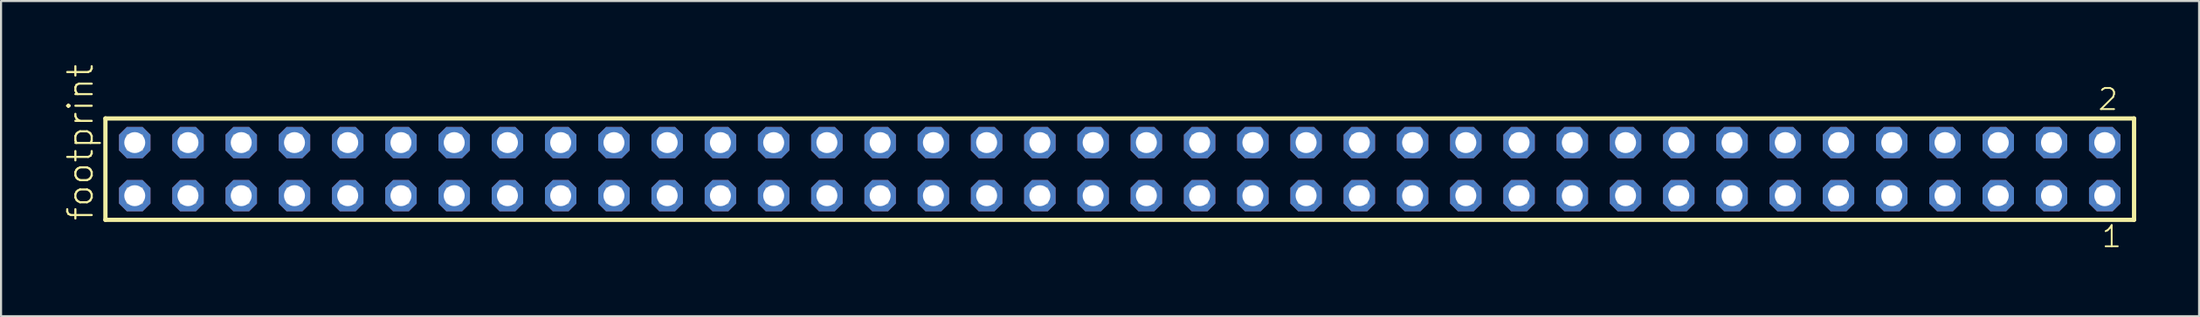
<source format=kicad_pcb>
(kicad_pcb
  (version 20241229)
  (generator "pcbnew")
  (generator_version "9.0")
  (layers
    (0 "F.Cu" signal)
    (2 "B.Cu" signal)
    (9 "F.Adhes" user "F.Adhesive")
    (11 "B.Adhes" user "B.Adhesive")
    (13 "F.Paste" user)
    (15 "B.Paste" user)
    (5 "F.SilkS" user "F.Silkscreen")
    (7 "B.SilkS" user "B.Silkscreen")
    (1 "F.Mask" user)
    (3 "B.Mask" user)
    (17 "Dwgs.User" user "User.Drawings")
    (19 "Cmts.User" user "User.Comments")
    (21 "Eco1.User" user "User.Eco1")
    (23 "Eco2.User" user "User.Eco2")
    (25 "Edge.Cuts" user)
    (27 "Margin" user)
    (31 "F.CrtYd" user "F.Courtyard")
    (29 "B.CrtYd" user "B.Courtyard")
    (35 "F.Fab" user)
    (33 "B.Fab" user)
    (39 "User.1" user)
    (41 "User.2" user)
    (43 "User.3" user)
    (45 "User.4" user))
  (footprint "footprint"
    (layer "F.Cu")
    (at 50.368 5.042)
    (property "Reference" "footprint" (at -48.895 2.54 90) (layer "F.SilkS") (effects (font (size 1.168 1.168) (thickness 0.102)) (justify left bottom)))
    (fp_line (start -48.389 -2.425) (end 48.389 -2.425) (stroke (width 0.203) (type solid)) (layer "F.SilkS"))
    (fp_line (start -48.389 2.425) (end -48.389 -2.425) (stroke (width 0.203) (type solid)) (layer "F.SilkS"))
    (fp_line (start 48.389 -2.425) (end 48.389 2.425) (stroke (width 0.203) (type solid)) (layer "F.SilkS"))
    (fp_line (start 48.389 2.425) (end -48.389 2.425) (stroke (width 0.203) (type solid)) (layer "F.SilkS"))
    (fp_poly (pts (xy -47.34 -0.92) (xy -46.64 -0.92) (xy -46.64 -1.62) (xy -47.34 -1.62)) (stroke (width 0.1) (type solid)) (fill no) (layer "F.Fab"))
    (fp_poly (pts (xy -47.34 1.62) (xy -46.64 1.62) (xy -46.64 0.92) (xy -47.34 0.92)) (stroke (width 0.1) (type solid)) (fill no) (layer "F.Fab"))
    (fp_poly (pts (xy -44.8 -0.92) (xy -44.1 -0.92) (xy -44.1 -1.62) (xy -44.8 -1.62)) (stroke (width 0.1) (type solid)) (fill no) (layer "F.Fab"))
    (fp_poly (pts (xy -44.8 1.62) (xy -44.1 1.62) (xy -44.1 0.92) (xy -44.8 0.92)) (stroke (width 0.1) (type solid)) (fill no) (layer "F.Fab"))
    (fp_poly (pts (xy -42.26 -0.92) (xy -41.56 -0.92) (xy -41.56 -1.62) (xy -42.26 -1.62)) (stroke (width 0.1) (type solid)) (fill no) (layer "F.Fab"))
    (fp_poly (pts (xy -42.26 1.62) (xy -41.56 1.62) (xy -41.56 0.92) (xy -42.26 0.92)) (stroke (width 0.1) (type solid)) (fill no) (layer "F.Fab"))
    (fp_poly (pts (xy -39.72 -0.92) (xy -39.02 -0.92) (xy -39.02 -1.62) (xy -39.72 -1.62)) (stroke (width 0.1) (type solid)) (fill no) (layer "F.Fab"))
    (fp_poly (pts (xy -39.72 1.62) (xy -39.02 1.62) (xy -39.02 0.92) (xy -39.72 0.92)) (stroke (width 0.1) (type solid)) (fill no) (layer "F.Fab"))
    (fp_poly (pts (xy -37.18 -0.92) (xy -36.48 -0.92) (xy -36.48 -1.62) (xy -37.18 -1.62)) (stroke (width 0.1) (type solid)) (fill no) (layer "F.Fab"))
    (fp_poly (pts (xy -37.18 1.62) (xy -36.48 1.62) (xy -36.48 0.92) (xy -37.18 0.92)) (stroke (width 0.1) (type solid)) (fill no) (layer "F.Fab"))
    (fp_poly (pts (xy -34.64 -0.92) (xy -33.94 -0.92) (xy -33.94 -1.62) (xy -34.64 -1.62)) (stroke (width 0.1) (type solid)) (fill no) (layer "F.Fab"))
    (fp_poly (pts (xy -34.64 1.62) (xy -33.94 1.62) (xy -33.94 0.92) (xy -34.64 0.92)) (stroke (width 0.1) (type solid)) (fill no) (layer "F.Fab"))
    (fp_poly (pts (xy -32.1 -0.92) (xy -31.4 -0.92) (xy -31.4 -1.62) (xy -32.1 -1.62)) (stroke (width 0.1) (type solid)) (fill no) (layer "F.Fab"))
    (fp_poly (pts (xy -32.1 1.62) (xy -31.4 1.62) (xy -31.4 0.92) (xy -32.1 0.92)) (stroke (width 0.1) (type solid)) (fill no) (layer "F.Fab"))
    (fp_poly (pts (xy -29.56 -0.92) (xy -28.86 -0.92) (xy -28.86 -1.62) (xy -29.56 -1.62)) (stroke (width 0.1) (type solid)) (fill no) (layer "F.Fab"))
    (fp_poly (pts (xy -29.56 1.62) (xy -28.86 1.62) (xy -28.86 0.92) (xy -29.56 0.92)) (stroke (width 0.1) (type solid)) (fill no) (layer "F.Fab"))
    (fp_poly (pts (xy -27.02 -0.92) (xy -26.32 -0.92) (xy -26.32 -1.62) (xy -27.02 -1.62)) (stroke (width 0.1) (type solid)) (fill no) (layer "F.Fab"))
    (fp_poly (pts (xy -27.02 1.62) (xy -26.32 1.62) (xy -26.32 0.92) (xy -27.02 0.92)) (stroke (width 0.1) (type solid)) (fill no) (layer "F.Fab"))
    (fp_poly (pts (xy -24.48 -0.92) (xy -23.78 -0.92) (xy -23.78 -1.62) (xy -24.48 -1.62)) (stroke (width 0.1) (type solid)) (fill no) (layer "F.Fab"))
    (fp_poly (pts (xy -24.48 1.62) (xy -23.78 1.62) (xy -23.78 0.92) (xy -24.48 0.92)) (stroke (width 0.1) (type solid)) (fill no) (layer "F.Fab"))
    (fp_poly (pts (xy -21.94 -0.92) (xy -21.24 -0.92) (xy -21.24 -1.62) (xy -21.94 -1.62)) (stroke (width 0.1) (type solid)) (fill no) (layer "F.Fab"))
    (fp_poly (pts (xy -21.94 1.62) (xy -21.24 1.62) (xy -21.24 0.92) (xy -21.94 0.92)) (stroke (width 0.1) (type solid)) (fill no) (layer "F.Fab"))
    (fp_poly (pts (xy -19.4 -0.92) (xy -18.7 -0.92) (xy -18.7 -1.62) (xy -19.4 -1.62)) (stroke (width 0.1) (type solid)) (fill no) (layer "F.Fab"))
    (fp_poly (pts (xy -19.4 1.62) (xy -18.7 1.62) (xy -18.7 0.92) (xy -19.4 0.92)) (stroke (width 0.1) (type solid)) (fill no) (layer "F.Fab"))
    (fp_poly (pts (xy -16.86 -0.92) (xy -16.16 -0.92) (xy -16.16 -1.62) (xy -16.86 -1.62)) (stroke (width 0.1) (type solid)) (fill no) (layer "F.Fab"))
    (fp_poly (pts (xy -16.86 1.62) (xy -16.16 1.62) (xy -16.16 0.92) (xy -16.86 0.92)) (stroke (width 0.1) (type solid)) (fill no) (layer "F.Fab"))
    (fp_poly (pts (xy -14.32 -0.92) (xy -13.62 -0.92) (xy -13.62 -1.62) (xy -14.32 -1.62)) (stroke (width 0.1) (type solid)) (fill no) (layer "F.Fab"))
    (fp_poly (pts (xy -14.32 1.62) (xy -13.62 1.62) (xy -13.62 0.92) (xy -14.32 0.92)) (stroke (width 0.1) (type solid)) (fill no) (layer "F.Fab"))
    (fp_poly (pts (xy -11.78 -0.92) (xy -11.08 -0.92) (xy -11.08 -1.62) (xy -11.78 -1.62)) (stroke (width 0.1) (type solid)) (fill no) (layer "F.Fab"))
    (fp_poly (pts (xy -11.78 1.62) (xy -11.08 1.62) (xy -11.08 0.92) (xy -11.78 0.92)) (stroke (width 0.1) (type solid)) (fill no) (layer "F.Fab"))
    (fp_poly (pts (xy -9.24 -0.92) (xy -8.54 -0.92) (xy -8.54 -1.62) (xy -9.24 -1.62)) (stroke (width 0.1) (type solid)) (fill no) (layer "F.Fab"))
    (fp_poly (pts (xy -9.24 1.62) (xy -8.54 1.62) (xy -8.54 0.92) (xy -9.24 0.92)) (stroke (width 0.1) (type solid)) (fill no) (layer "F.Fab"))
    (fp_poly (pts (xy -6.7 -0.92) (xy -6 -0.92) (xy -6 -1.62) (xy -6.7 -1.62)) (stroke (width 0.1) (type solid)) (fill no) (layer "F.Fab"))
    (fp_poly (pts (xy -6.7 1.62) (xy -6 1.62) (xy -6 0.92) (xy -6.7 0.92)) (stroke (width 0.1) (type solid)) (fill no) (layer "F.Fab"))
    (fp_poly (pts (xy -4.16 -0.92) (xy -3.46 -0.92) (xy -3.46 -1.62) (xy -4.16 -1.62)) (stroke (width 0.1) (type solid)) (fill no) (layer "F.Fab"))
    (fp_poly (pts (xy -4.16 1.62) (xy -3.46 1.62) (xy -3.46 0.92) (xy -4.16 0.92)) (stroke (width 0.1) (type solid)) (fill no) (layer "F.Fab"))
    (fp_poly (pts (xy -1.62 -0.92) (xy -0.92 -0.92) (xy -0.92 -1.62) (xy -1.62 -1.62)) (stroke (width 0.1) (type solid)) (fill no) (layer "F.Fab"))
    (fp_poly (pts (xy -1.62 1.62) (xy -0.92 1.62) (xy -0.92 0.92) (xy -1.62 0.92)) (stroke (width 0.1) (type solid)) (fill no) (layer "F.Fab"))
    (fp_poly (pts (xy 0.92 -0.92) (xy 1.62 -0.92) (xy 1.62 -1.62) (xy 0.92 -1.62)) (stroke (width 0.1) (type solid)) (fill no) (layer "F.Fab"))
    (fp_poly (pts (xy 0.92 1.62) (xy 1.62 1.62) (xy 1.62 0.92) (xy 0.92 0.92)) (stroke (width 0.1) (type solid)) (fill no) (layer "F.Fab"))
    (fp_poly (pts (xy 3.46 -0.92) (xy 4.16 -0.92) (xy 4.16 -1.62) (xy 3.46 -1.62)) (stroke (width 0.1) (type solid)) (fill no) (layer "F.Fab"))
    (fp_poly (pts (xy 3.46 1.62) (xy 4.16 1.62) (xy 4.16 0.92) (xy 3.46 0.92)) (stroke (width 0.1) (type solid)) (fill no) (layer "F.Fab"))
    (fp_poly (pts (xy 6 -0.92) (xy 6.7 -0.92) (xy 6.7 -1.62) (xy 6 -1.62)) (stroke (width 0.1) (type solid)) (fill no) (layer "F.Fab"))
    (fp_poly (pts (xy 6 1.62) (xy 6.7 1.62) (xy 6.7 0.92) (xy 6 0.92)) (stroke (width 0.1) (type solid)) (fill no) (layer "F.Fab"))
    (fp_poly (pts (xy 8.54 -0.92) (xy 9.24 -0.92) (xy 9.24 -1.62) (xy 8.54 -1.62)) (stroke (width 0.1) (type solid)) (fill no) (layer "F.Fab"))
    (fp_poly (pts (xy 8.54 1.62) (xy 9.24 1.62) (xy 9.24 0.92) (xy 8.54 0.92)) (stroke (width 0.1) (type solid)) (fill no) (layer "F.Fab"))
    (fp_poly (pts (xy 11.08 -0.92) (xy 11.78 -0.92) (xy 11.78 -1.62) (xy 11.08 -1.62)) (stroke (width 0.1) (type solid)) (fill no) (layer "F.Fab"))
    (fp_poly (pts (xy 11.08 1.62) (xy 11.78 1.62) (xy 11.78 0.92) (xy 11.08 0.92)) (stroke (width 0.1) (type solid)) (fill no) (layer "F.Fab"))
    (fp_poly (pts (xy 13.62 -0.92) (xy 14.32 -0.92) (xy 14.32 -1.62) (xy 13.62 -1.62)) (stroke (width 0.1) (type solid)) (fill no) (layer "F.Fab"))
    (fp_poly (pts (xy 13.62 1.62) (xy 14.32 1.62) (xy 14.32 0.92) (xy 13.62 0.92)) (stroke (width 0.1) (type solid)) (fill no) (layer "F.Fab"))
    (fp_poly (pts (xy 16.16 -0.92) (xy 16.86 -0.92) (xy 16.86 -1.62) (xy 16.16 -1.62)) (stroke (width 0.1) (type solid)) (fill no) (layer "F.Fab"))
    (fp_poly (pts (xy 16.16 1.62) (xy 16.86 1.62) (xy 16.86 0.92) (xy 16.16 0.92)) (stroke (width 0.1) (type solid)) (fill no) (layer "F.Fab"))
    (fp_poly (pts (xy 18.7 -0.92) (xy 19.4 -0.92) (xy 19.4 -1.62) (xy 18.7 -1.62)) (stroke (width 0.1) (type solid)) (fill no) (layer "F.Fab"))
    (fp_poly (pts (xy 18.7 1.62) (xy 19.4 1.62) (xy 19.4 0.92) (xy 18.7 0.92)) (stroke (width 0.1) (type solid)) (fill no) (layer "F.Fab"))
    (fp_poly (pts (xy 21.24 -0.92) (xy 21.94 -0.92) (xy 21.94 -1.62) (xy 21.24 -1.62)) (stroke (width 0.1) (type solid)) (fill no) (layer "F.Fab"))
    (fp_poly (pts (xy 21.24 1.62) (xy 21.94 1.62) (xy 21.94 0.92) (xy 21.24 0.92)) (stroke (width 0.1) (type solid)) (fill no) (layer "F.Fab"))
    (fp_poly (pts (xy 23.78 -0.92) (xy 24.48 -0.92) (xy 24.48 -1.62) (xy 23.78 -1.62)) (stroke (width 0.1) (type solid)) (fill no) (layer "F.Fab"))
    (fp_poly (pts (xy 23.78 1.62) (xy 24.48 1.62) (xy 24.48 0.92) (xy 23.78 0.92)) (stroke (width 0.1) (type solid)) (fill no) (layer "F.Fab"))
    (fp_poly (pts (xy 26.32 -0.92) (xy 27.02 -0.92) (xy 27.02 -1.62) (xy 26.32 -1.62)) (stroke (width 0.1) (type solid)) (fill no) (layer "F.Fab"))
    (fp_poly (pts (xy 26.32 1.62) (xy 27.02 1.62) (xy 27.02 0.92) (xy 26.32 0.92)) (stroke (width 0.1) (type solid)) (fill no) (layer "F.Fab"))
    (fp_poly (pts (xy 28.86 -0.92) (xy 29.56 -0.92) (xy 29.56 -1.62) (xy 28.86 -1.62)) (stroke (width 0.1) (type solid)) (fill no) (layer "F.Fab"))
    (fp_poly (pts (xy 28.86 1.62) (xy 29.56 1.62) (xy 29.56 0.92) (xy 28.86 0.92)) (stroke (width 0.1) (type solid)) (fill no) (layer "F.Fab"))
    (fp_poly (pts (xy 31.4 -0.92) (xy 32.1 -0.92) (xy 32.1 -1.62) (xy 31.4 -1.62)) (stroke (width 0.1) (type solid)) (fill no) (layer "F.Fab"))
    (fp_poly (pts (xy 31.4 1.62) (xy 32.1 1.62) (xy 32.1 0.92) (xy 31.4 0.92)) (stroke (width 0.1) (type solid)) (fill no) (layer "F.Fab"))
    (fp_poly (pts (xy 33.94 -0.92) (xy 34.64 -0.92) (xy 34.64 -1.62) (xy 33.94 -1.62)) (stroke (width 0.1) (type solid)) (fill no) (layer "F.Fab"))
    (fp_poly (pts (xy 33.94 1.62) (xy 34.64 1.62) (xy 34.64 0.92) (xy 33.94 0.92)) (stroke (width 0.1) (type solid)) (fill no) (layer "F.Fab"))
    (fp_poly (pts (xy 36.48 -0.92) (xy 37.18 -0.92) (xy 37.18 -1.62) (xy 36.48 -1.62)) (stroke (width 0.1) (type solid)) (fill no) (layer "F.Fab"))
    (fp_poly (pts (xy 36.48 1.62) (xy 37.18 1.62) (xy 37.18 0.92) (xy 36.48 0.92)) (stroke (width 0.1) (type solid)) (fill no) (layer "F.Fab"))
    (fp_poly (pts (xy 39.02 -0.92) (xy 39.72 -0.92) (xy 39.72 -1.62) (xy 39.02 -1.62)) (stroke (width 0.1) (type solid)) (fill no) (layer "F.Fab"))
    (fp_poly (pts (xy 39.02 1.62) (xy 39.72 1.62) (xy 39.72 0.92) (xy 39.02 0.92)) (stroke (width 0.1) (type solid)) (fill no) (layer "F.Fab"))
    (fp_poly (pts (xy 41.56 -0.92) (xy 42.26 -0.92) (xy 42.26 -1.62) (xy 41.56 -1.62)) (stroke (width 0.1) (type solid)) (fill no) (layer "F.Fab"))
    (fp_poly (pts (xy 41.56 1.62) (xy 42.26 1.62) (xy 42.26 0.92) (xy 41.56 0.92)) (stroke (width 0.1) (type solid)) (fill no) (layer "F.Fab"))
    (fp_poly (pts (xy 44.1 -0.92) (xy 44.8 -0.92) (xy 44.8 -1.62) (xy 44.1 -1.62)) (stroke (width 0.1) (type solid)) (fill no) (layer "F.Fab"))
    (fp_poly (pts (xy 44.1 1.62) (xy 44.8 1.62) (xy 44.8 0.92) (xy 44.1 0.92)) (stroke (width 0.1) (type solid)) (fill no) (layer "F.Fab"))
    (fp_poly (pts (xy 46.64 -0.92) (xy 47.34 -0.92) (xy 47.34 -1.62) (xy 46.64 -1.62)) (stroke (width 0.1) (type solid)) (fill no) (layer "F.Fab"))
    (fp_poly (pts (xy 46.64 1.62) (xy 47.34 1.62) (xy 47.34 0.92) (xy 46.64 0.92)) (stroke (width 0.1) (type solid)) (fill no) (layer "F.Fab"))
    (fp_text user "2" (at 46.607 -2.744 0) (layer "F.SilkS") (effects (font (size 1.012 1.012) (thickness 0.088)) (justify left bottom)))
    (fp_text user "1" (at 46.782 3.818 0) (layer "F.SilkS") (effects (font (size 1.012 1.012) (thickness 0.088)) (justify left bottom)))
    (pad "1" thru_hole roundrect (at 46.99 1.27 180) (size 1.5 1.5) (drill 1) (layers "*.Cu" "*.Mask") (roundrect_rratio 0.25) (chamfer_ratio 0.25) (chamfer top_left top_right bottom_left bottom_right))
    (pad "2" thru_hole roundrect (at 46.99 -1.27 180) (size 1.5 1.5) (drill 1) (layers "*.Cu" "*.Mask") (roundrect_rratio 0.25) (chamfer_ratio 0.25) (chamfer top_left top_right bottom_left bottom_right))
    (pad "3" thru_hole roundrect (at 44.45 1.27 180) (size 1.5 1.5) (drill 1) (layers "*.Cu" "*.Mask") (roundrect_rratio 0.25) (chamfer_ratio 0.25) (chamfer top_left top_right bottom_left bottom_right))
    (pad "4" thru_hole roundrect (at 44.45 -1.27 180) (size 1.5 1.5) (drill 1) (layers "*.Cu" "*.Mask") (roundrect_rratio 0.25) (chamfer_ratio 0.25) (chamfer top_left top_right bottom_left bottom_right))
    (pad "5" thru_hole roundrect (at 41.91 1.27 180) (size 1.5 1.5) (drill 1) (layers "*.Cu" "*.Mask") (roundrect_rratio 0.25) (chamfer_ratio 0.25) (chamfer top_left top_right bottom_left bottom_right))
    (pad "6" thru_hole roundrect (at 41.91 -1.27 180) (size 1.5 1.5) (drill 1) (layers "*.Cu" "*.Mask") (roundrect_rratio 0.25) (chamfer_ratio 0.25) (chamfer top_left top_right bottom_left bottom_right))
    (pad "7" thru_hole roundrect (at 39.37 1.27 180) (size 1.5 1.5) (drill 1) (layers "*.Cu" "*.Mask") (roundrect_rratio 0.25) (chamfer_ratio 0.25) (chamfer top_left top_right bottom_left bottom_right))
    (pad "8" thru_hole roundrect (at 39.37 -1.27 180) (size 1.5 1.5) (drill 1) (layers "*.Cu" "*.Mask") (roundrect_rratio 0.25) (chamfer_ratio 0.25) (chamfer top_left top_right bottom_left bottom_right))
    (pad "9" thru_hole roundrect (at 36.83 1.27 180) (size 1.5 1.5) (drill 1) (layers "*.Cu" "*.Mask") (roundrect_rratio 0.25) (chamfer_ratio 0.25) (chamfer top_left top_right bottom_left bottom_right))
    (pad "10" thru_hole roundrect (at 36.83 -1.27 180) (size 1.5 1.5) (drill 1) (layers "*.Cu" "*.Mask") (roundrect_rratio 0.25) (chamfer_ratio 0.25) (chamfer top_left top_right bottom_left bottom_right))
    (pad "11" thru_hole roundrect (at 34.29 1.27 180) (size 1.5 1.5) (drill 1) (layers "*.Cu" "*.Mask") (roundrect_rratio 0.25) (chamfer_ratio 0.25) (chamfer top_left top_right bottom_left bottom_right))
    (pad "12" thru_hole roundrect (at 34.29 -1.27 180) (size 1.5 1.5) (drill 1) (layers "*.Cu" "*.Mask") (roundrect_rratio 0.25) (chamfer_ratio 0.25) (chamfer top_left top_right bottom_left bottom_right))
    (pad "13" thru_hole roundrect (at 31.75 1.27 180) (size 1.5 1.5) (drill 1) (layers "*.Cu" "*.Mask") (roundrect_rratio 0.25) (chamfer_ratio 0.25) (chamfer top_left top_right bottom_left bottom_right))
    (pad "14" thru_hole roundrect (at 31.75 -1.27 180) (size 1.5 1.5) (drill 1) (layers "*.Cu" "*.Mask") (roundrect_rratio 0.25) (chamfer_ratio 0.25) (chamfer top_left top_right bottom_left bottom_right))
    (pad "15" thru_hole roundrect (at 29.21 1.27 180) (size 1.5 1.5) (drill 1) (layers "*.Cu" "*.Mask") (roundrect_rratio 0.25) (chamfer_ratio 0.25) (chamfer top_left top_right bottom_left bottom_right))
    (pad "16" thru_hole roundrect (at 29.21 -1.27 180) (size 1.5 1.5) (drill 1) (layers "*.Cu" "*.Mask") (roundrect_rratio 0.25) (chamfer_ratio 0.25) (chamfer top_left top_right bottom_left bottom_right))
    (pad "17" thru_hole roundrect (at 26.67 1.27 180) (size 1.5 1.5) (drill 1) (layers "*.Cu" "*.Mask") (roundrect_rratio 0.25) (chamfer_ratio 0.25) (chamfer top_left top_right bottom_left bottom_right))
    (pad "18" thru_hole roundrect (at 26.67 -1.27 180) (size 1.5 1.5) (drill 1) (layers "*.Cu" "*.Mask") (roundrect_rratio 0.25) (chamfer_ratio 0.25) (chamfer top_left top_right bottom_left bottom_right))
    (pad "19" thru_hole roundrect (at 24.13 1.27 180) (size 1.5 1.5) (drill 1) (layers "*.Cu" "*.Mask") (roundrect_rratio 0.25) (chamfer_ratio 0.25) (chamfer top_left top_right bottom_left bottom_right))
    (pad "20" thru_hole roundrect (at 24.13 -1.27 180) (size 1.5 1.5) (drill 1) (layers "*.Cu" "*.Mask") (roundrect_rratio 0.25) (chamfer_ratio 0.25) (chamfer top_left top_right bottom_left bottom_right))
    (pad "21" thru_hole roundrect (at 21.59 1.27 180) (size 1.5 1.5) (drill 1) (layers "*.Cu" "*.Mask") (roundrect_rratio 0.25) (chamfer_ratio 0.25) (chamfer top_left top_right bottom_left bottom_right))
    (pad "22" thru_hole roundrect (at 21.59 -1.27 180) (size 1.5 1.5) (drill 1) (layers "*.Cu" "*.Mask") (roundrect_rratio 0.25) (chamfer_ratio 0.25) (chamfer top_left top_right bottom_left bottom_right))
    (pad "23" thru_hole roundrect (at 19.05 1.27 180) (size 1.5 1.5) (drill 1) (layers "*.Cu" "*.Mask") (roundrect_rratio 0.25) (chamfer_ratio 0.25) (chamfer top_left top_right bottom_left bottom_right))
    (pad "24" thru_hole roundrect (at 19.05 -1.27 180) (size 1.5 1.5) (drill 1) (layers "*.Cu" "*.Mask") (roundrect_rratio 0.25) (chamfer_ratio 0.25) (chamfer top_left top_right bottom_left bottom_right))
    (pad "25" thru_hole roundrect (at 16.51 1.27 180) (size 1.5 1.5) (drill 1) (layers "*.Cu" "*.Mask") (roundrect_rratio 0.25) (chamfer_ratio 0.25) (chamfer top_left top_right bottom_left bottom_right))
    (pad "26" thru_hole roundrect (at 16.51 -1.27 180) (size 1.5 1.5) (drill 1) (layers "*.Cu" "*.Mask") (roundrect_rratio 0.25) (chamfer_ratio 0.25) (chamfer top_left top_right bottom_left bottom_right))
    (pad "27" thru_hole roundrect (at 13.97 1.27 180) (size 1.5 1.5) (drill 1) (layers "*.Cu" "*.Mask") (roundrect_rratio 0.25) (chamfer_ratio 0.25) (chamfer top_left top_right bottom_left bottom_right))
    (pad "28" thru_hole roundrect (at 13.97 -1.27 180) (size 1.5 1.5) (drill 1) (layers "*.Cu" "*.Mask") (roundrect_rratio 0.25) (chamfer_ratio 0.25) (chamfer top_left top_right bottom_left bottom_right))
    (pad "29" thru_hole roundrect (at 11.43 1.27 180) (size 1.5 1.5) (drill 1) (layers "*.Cu" "*.Mask") (roundrect_rratio 0.25) (chamfer_ratio 0.25) (chamfer top_left top_right bottom_left bottom_right))
    (pad "30" thru_hole roundrect (at 11.43 -1.27 180) (size 1.5 1.5) (drill 1) (layers "*.Cu" "*.Mask") (roundrect_rratio 0.25) (chamfer_ratio 0.25) (chamfer top_left top_right bottom_left bottom_right))
    (pad "31" thru_hole roundrect (at 8.89 1.27 180) (size 1.5 1.5) (drill 1) (layers "*.Cu" "*.Mask") (roundrect_rratio 0.25) (chamfer_ratio 0.25) (chamfer top_left top_right bottom_left bottom_right))
    (pad "32" thru_hole roundrect (at 8.89 -1.27 180) (size 1.5 1.5) (drill 1) (layers "*.Cu" "*.Mask") (roundrect_rratio 0.25) (chamfer_ratio 0.25) (chamfer top_left top_right bottom_left bottom_right))
    (pad "33" thru_hole roundrect (at 6.35 1.27 180) (size 1.5 1.5) (drill 1) (layers "*.Cu" "*.Mask") (roundrect_rratio 0.25) (chamfer_ratio 0.25) (chamfer top_left top_right bottom_left bottom_right))
    (pad "34" thru_hole roundrect (at 6.35 -1.27 180) (size 1.5 1.5) (drill 1) (layers "*.Cu" "*.Mask") (roundrect_rratio 0.25) (chamfer_ratio 0.25) (chamfer top_left top_right bottom_left bottom_right))
    (pad "35" thru_hole roundrect (at 3.81 1.27 180) (size 1.5 1.5) (drill 1) (layers "*.Cu" "*.Mask") (roundrect_rratio 0.25) (chamfer_ratio 0.25) (chamfer top_left top_right bottom_left bottom_right))
    (pad "36" thru_hole roundrect (at 3.81 -1.27 180) (size 1.5 1.5) (drill 1) (layers "*.Cu" "*.Mask") (roundrect_rratio 0.25) (chamfer_ratio 0.25) (chamfer top_left top_right bottom_left bottom_right))
    (pad "37" thru_hole roundrect (at 1.27 1.27 180) (size 1.5 1.5) (drill 1) (layers "*.Cu" "*.Mask") (roundrect_rratio 0.25) (chamfer_ratio 0.25) (chamfer top_left top_right bottom_left bottom_right))
    (pad "38" thru_hole roundrect (at 1.27 -1.27 180) (size 1.5 1.5) (drill 1) (layers "*.Cu" "*.Mask") (roundrect_rratio 0.25) (chamfer_ratio 0.25) (chamfer top_left top_right bottom_left bottom_right))
    (pad "39" thru_hole roundrect (at -1.27 1.27 180) (size 1.5 1.5) (drill 1) (layers "*.Cu" "*.Mask") (roundrect_rratio 0.25) (chamfer_ratio 0.25) (chamfer top_left top_right bottom_left bottom_right))
    (pad "40" thru_hole roundrect (at -1.27 -1.27 180) (size 1.5 1.5) (drill 1) (layers "*.Cu" "*.Mask") (roundrect_rratio 0.25) (chamfer_ratio 0.25) (chamfer top_left top_right bottom_left bottom_right))
    (pad "41" thru_hole roundrect (at -3.81 1.27 180) (size 1.5 1.5) (drill 1) (layers "*.Cu" "*.Mask") (roundrect_rratio 0.25) (chamfer_ratio 0.25) (chamfer top_left top_right bottom_left bottom_right))
    (pad "42" thru_hole roundrect (at -3.81 -1.27 180) (size 1.5 1.5) (drill 1) (layers "*.Cu" "*.Mask") (roundrect_rratio 0.25) (chamfer_ratio 0.25) (chamfer top_left top_right bottom_left bottom_right))
    (pad "43" thru_hole roundrect (at -6.35 1.27 180) (size 1.5 1.5) (drill 1) (layers "*.Cu" "*.Mask") (roundrect_rratio 0.25) (chamfer_ratio 0.25) (chamfer top_left top_right bottom_left bottom_right))
    (pad "44" thru_hole roundrect (at -6.35 -1.27 180) (size 1.5 1.5) (drill 1) (layers "*.Cu" "*.Mask") (roundrect_rratio 0.25) (chamfer_ratio 0.25) (chamfer top_left top_right bottom_left bottom_right))
    (pad "45" thru_hole roundrect (at -8.89 1.27 180) (size 1.5 1.5) (drill 1) (layers "*.Cu" "*.Mask") (roundrect_rratio 0.25) (chamfer_ratio 0.25) (chamfer top_left top_right bottom_left bottom_right))
    (pad "46" thru_hole roundrect (at -8.89 -1.27 180) (size 1.5 1.5) (drill 1) (layers "*.Cu" "*.Mask") (roundrect_rratio 0.25) (chamfer_ratio 0.25) (chamfer top_left top_right bottom_left bottom_right))
    (pad "47" thru_hole roundrect (at -11.43 1.27 180) (size 1.5 1.5) (drill 1) (layers "*.Cu" "*.Mask") (roundrect_rratio 0.25) (chamfer_ratio 0.25) (chamfer top_left top_right bottom_left bottom_right))
    (pad "48" thru_hole roundrect (at -11.43 -1.27 180) (size 1.5 1.5) (drill 1) (layers "*.Cu" "*.Mask") (roundrect_rratio 0.25) (chamfer_ratio 0.25) (chamfer top_left top_right bottom_left bottom_right))
    (pad "49" thru_hole roundrect (at -13.97 1.27 180) (size 1.5 1.5) (drill 1) (layers "*.Cu" "*.Mask") (roundrect_rratio 0.25) (chamfer_ratio 0.25) (chamfer top_left top_right bottom_left bottom_right))
    (pad "50" thru_hole roundrect (at -13.97 -1.27 180) (size 1.5 1.5) (drill 1) (layers "*.Cu" "*.Mask") (roundrect_rratio 0.25) (chamfer_ratio 0.25) (chamfer top_left top_right bottom_left bottom_right))
    (pad "51" thru_hole roundrect (at -16.51 1.27 180) (size 1.5 1.5) (drill 1) (layers "*.Cu" "*.Mask") (roundrect_rratio 0.25) (chamfer_ratio 0.25) (chamfer top_left top_right bottom_left bottom_right))
    (pad "52" thru_hole roundrect (at -16.51 -1.27 180) (size 1.5 1.5) (drill 1) (layers "*.Cu" "*.Mask") (roundrect_rratio 0.25) (chamfer_ratio 0.25) (chamfer top_left top_right bottom_left bottom_right))
    (pad "53" thru_hole roundrect (at -19.05 1.27 180) (size 1.5 1.5) (drill 1) (layers "*.Cu" "*.Mask") (roundrect_rratio 0.25) (chamfer_ratio 0.25) (chamfer top_left top_right bottom_left bottom_right))
    (pad "54" thru_hole roundrect (at -19.05 -1.27 180) (size 1.5 1.5) (drill 1) (layers "*.Cu" "*.Mask") (roundrect_rratio 0.25) (chamfer_ratio 0.25) (chamfer top_left top_right bottom_left bottom_right))
    (pad "55" thru_hole roundrect (at -21.59 1.27 180) (size 1.5 1.5) (drill 1) (layers "*.Cu" "*.Mask") (roundrect_rratio 0.25) (chamfer_ratio 0.25) (chamfer top_left top_right bottom_left bottom_right))
    (pad "56" thru_hole roundrect (at -21.59 -1.27 180) (size 1.5 1.5) (drill 1) (layers "*.Cu" "*.Mask") (roundrect_rratio 0.25) (chamfer_ratio 0.25) (chamfer top_left top_right bottom_left bottom_right))
    (pad "57" thru_hole roundrect (at -24.13 1.27 180) (size 1.5 1.5) (drill 1) (layers "*.Cu" "*.Mask") (roundrect_rratio 0.25) (chamfer_ratio 0.25) (chamfer top_left top_right bottom_left bottom_right))
    (pad "58" thru_hole roundrect (at -24.13 -1.27 180) (size 1.5 1.5) (drill 1) (layers "*.Cu" "*.Mask") (roundrect_rratio 0.25) (chamfer_ratio 0.25) (chamfer top_left top_right bottom_left bottom_right))
    (pad "59" thru_hole roundrect (at -26.67 1.27 180) (size 1.5 1.5) (drill 1) (layers "*.Cu" "*.Mask") (roundrect_rratio 0.25) (chamfer_ratio 0.25) (chamfer top_left top_right bottom_left bottom_right))
    (pad "60" thru_hole roundrect (at -26.67 -1.27 180) (size 1.5 1.5) (drill 1) (layers "*.Cu" "*.Mask") (roundrect_rratio 0.25) (chamfer_ratio 0.25) (chamfer top_left top_right bottom_left bottom_right))
    (pad "61" thru_hole roundrect (at -29.21 1.27 180) (size 1.5 1.5) (drill 1) (layers "*.Cu" "*.Mask") (roundrect_rratio 0.25) (chamfer_ratio 0.25) (chamfer top_left top_right bottom_left bottom_right))
    (pad "62" thru_hole roundrect (at -29.21 -1.27 180) (size 1.5 1.5) (drill 1) (layers "*.Cu" "*.Mask") (roundrect_rratio 0.25) (chamfer_ratio 0.25) (chamfer top_left top_right bottom_left bottom_right))
    (pad "63" thru_hole roundrect (at -31.75 1.27 180) (size 1.5 1.5) (drill 1) (layers "*.Cu" "*.Mask") (roundrect_rratio 0.25) (chamfer_ratio 0.25) (chamfer top_left top_right bottom_left bottom_right))
    (pad "64" thru_hole roundrect (at -31.75 -1.27 180) (size 1.5 1.5) (drill 1) (layers "*.Cu" "*.Mask") (roundrect_rratio 0.25) (chamfer_ratio 0.25) (chamfer top_left top_right bottom_left bottom_right))
    (pad "65" thru_hole roundrect (at -34.29 1.27 180) (size 1.5 1.5) (drill 1) (layers "*.Cu" "*.Mask") (roundrect_rratio 0.25) (chamfer_ratio 0.25) (chamfer top_left top_right bottom_left bottom_right))
    (pad "66" thru_hole roundrect (at -34.29 -1.27 180) (size 1.5 1.5) (drill 1) (layers "*.Cu" "*.Mask") (roundrect_rratio 0.25) (chamfer_ratio 0.25) (chamfer top_left top_right bottom_left bottom_right))
    (pad "67" thru_hole roundrect (at -36.83 1.27 180) (size 1.5 1.5) (drill 1) (layers "*.Cu" "*.Mask") (roundrect_rratio 0.25) (chamfer_ratio 0.25) (chamfer top_left top_right bottom_left bottom_right))
    (pad "68" thru_hole roundrect (at -36.83 -1.27 180) (size 1.5 1.5) (drill 1) (layers "*.Cu" "*.Mask") (roundrect_rratio 0.25) (chamfer_ratio 0.25) (chamfer top_left top_right bottom_left bottom_right))
    (pad "69" thru_hole roundrect (at -39.37 1.27 180) (size 1.5 1.5) (drill 1) (layers "*.Cu" "*.Mask") (roundrect_rratio 0.25) (chamfer_ratio 0.25) (chamfer top_left top_right bottom_left bottom_right))
    (pad "70" thru_hole roundrect (at -39.37 -1.27 180) (size 1.5 1.5) (drill 1) (layers "*.Cu" "*.Mask") (roundrect_rratio 0.25) (chamfer_ratio 0.25) (chamfer top_left top_right bottom_left bottom_right))
    (pad "71" thru_hole roundrect (at -41.91 1.27 180) (size 1.5 1.5) (drill 1) (layers "*.Cu" "*.Mask") (roundrect_rratio 0.25) (chamfer_ratio 0.25) (chamfer top_left top_right bottom_left bottom_right))
    (pad "72" thru_hole roundrect (at -41.91 -1.27 180) (size 1.5 1.5) (drill 1) (layers "*.Cu" "*.Mask") (roundrect_rratio 0.25) (chamfer_ratio 0.25) (chamfer top_left top_right bottom_left bottom_right))
    (pad "73" thru_hole roundrect (at -44.45 1.27 180) (size 1.5 1.5) (drill 1) (layers "*.Cu" "*.Mask") (roundrect_rratio 0.25) (chamfer_ratio 0.25) (chamfer top_left top_right bottom_left bottom_right))
    (pad "74" thru_hole roundrect (at -44.45 -1.27 180) (size 1.5 1.5) (drill 1) (layers "*.Cu" "*.Mask") (roundrect_rratio 0.25) (chamfer_ratio 0.25) (chamfer top_left top_right bottom_left bottom_right))
    (pad "75" thru_hole roundrect (at -46.99 1.27 180) (size 1.5 1.5) (drill 1) (layers "*.Cu" "*.Mask") (roundrect_rratio 0.25) (chamfer_ratio 0.25) (chamfer top_left top_right bottom_left bottom_right))
    (pad "76" thru_hole roundrect (at -46.99 -1.27 180) (size 1.5 1.5) (drill 1) (layers "*.Cu" "*.Mask") (roundrect_rratio 0.25) (chamfer_ratio 0.25) (chamfer top_left top_right bottom_left bottom_right)))
  (gr_rect
    (start -3 -3)
    (end 101.859 12.077)
    (stroke (width 0.1) (type default))
    (fill no)
    (layer "Edge.Cuts")))
</source>
